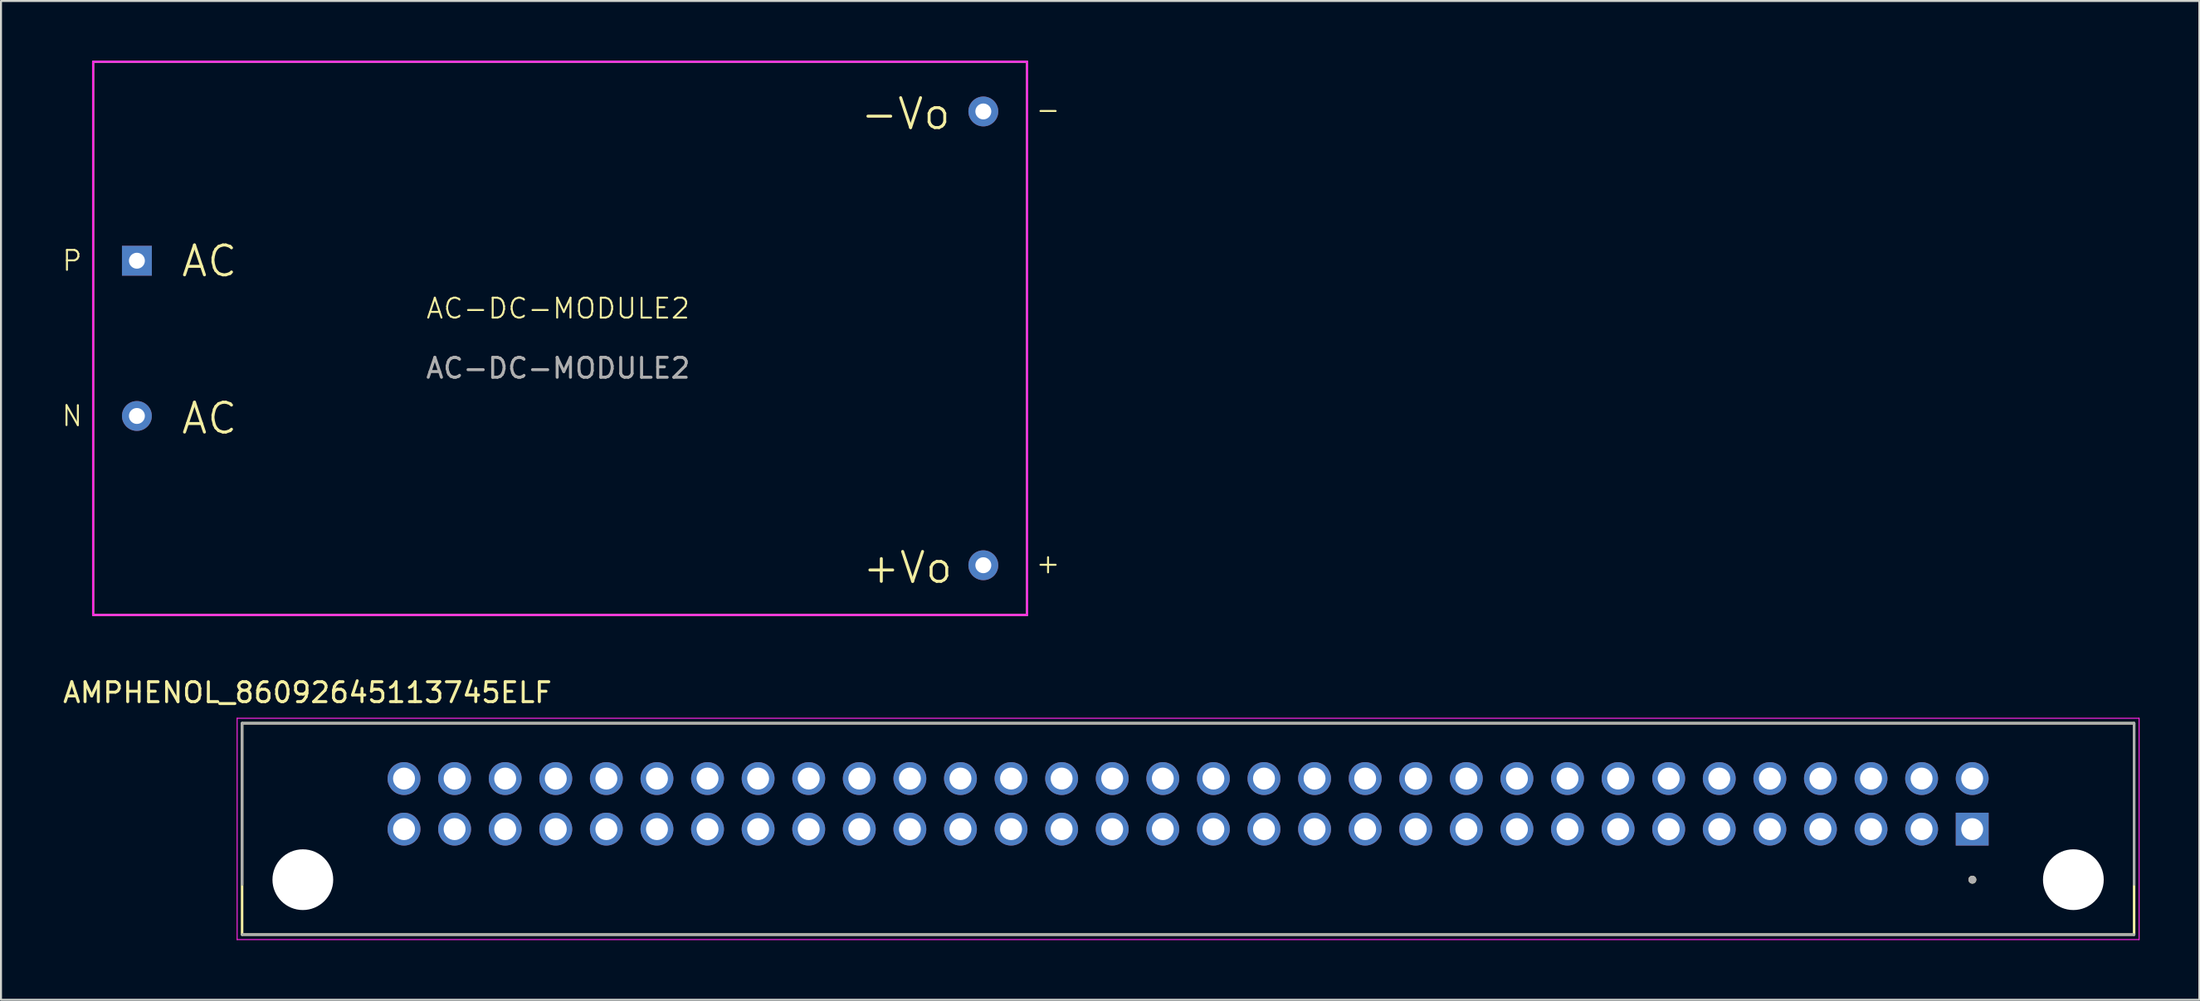
<source format=kicad_pcb>
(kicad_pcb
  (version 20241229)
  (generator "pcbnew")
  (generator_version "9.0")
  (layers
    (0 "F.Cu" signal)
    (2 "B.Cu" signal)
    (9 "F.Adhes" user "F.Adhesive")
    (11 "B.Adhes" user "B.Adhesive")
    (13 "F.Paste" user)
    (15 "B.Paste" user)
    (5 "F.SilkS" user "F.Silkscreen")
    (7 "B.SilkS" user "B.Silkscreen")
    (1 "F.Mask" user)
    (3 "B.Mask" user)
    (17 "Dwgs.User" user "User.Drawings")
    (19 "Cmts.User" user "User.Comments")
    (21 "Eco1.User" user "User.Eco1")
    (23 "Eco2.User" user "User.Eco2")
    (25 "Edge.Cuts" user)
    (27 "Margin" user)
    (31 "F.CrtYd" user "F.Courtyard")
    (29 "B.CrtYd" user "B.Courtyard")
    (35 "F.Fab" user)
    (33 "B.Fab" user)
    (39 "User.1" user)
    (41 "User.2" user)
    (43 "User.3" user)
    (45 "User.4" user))
  (footprint "AMPHENOL_86092645113745ELF"
    (layer "F.Cu")
    (at 56.606 37.339)
    (property "Reference" "AMPHENOL_86092645113745ELF" (at -44.219 -5.591 0) (layer "F.SilkS") (effects (font (size 1 1) (thickness 0.15))))
    (attr through_hole)
    (fp_line (start -47.5 -4.05) (end 47.5 -4.05) (stroke (width 0.127) (type solid)) (layer "F.SilkS"))
    (fp_line (start -47.5 6.57) (end -47.5 -4.05) (stroke (width 0.127) (type solid)) (layer "F.SilkS"))
    (fp_line (start 47.5 -4.05) (end 47.5 6.57) (stroke (width 0.127) (type solid)) (layer "F.SilkS"))
    (fp_line (start 47.5 6.57) (end -47.5 6.57) (stroke (width 0.127) (type solid)) (layer "F.SilkS"))
    (fp_circle (center 39.379 3.81) (end 39.479 3.81) (stroke (width 0.2) (type solid)) (fill no) (layer "F.SilkS"))
    (fp_line (start -47.75 -4.3) (end -47.75 6.82) (stroke (width 0.05) (type solid)) (layer "F.CrtYd"))
    (fp_line (start -47.75 6.82) (end 47.75 6.82) (stroke (width 0.05) (type solid)) (layer "F.CrtYd"))
    (fp_line (start 47.75 -4.3) (end -47.75 -4.3) (stroke (width 0.05) (type solid)) (layer "F.CrtYd"))
    (fp_line (start 47.75 6.82) (end 47.75 -4.3) (stroke (width 0.05) (type solid)) (layer "F.CrtYd"))
    (fp_line (start -47.5 -4.05) (end 47.5 -4.05) (stroke (width 0.127) (type solid)) (layer "F.Fab"))
    (fp_line (start -47.5 4.05) (end -47.5 -4.05) (stroke (width 0.127) (type solid)) (layer "F.Fab"))
    (fp_line (start 47.5 -4.05) (end 47.5 4.05) (stroke (width 0.127) (type solid)) (layer "F.Fab"))
    (fp_line (start 47.5 6.57) (end -47.5 6.57) (stroke (width 0.127) (type solid)) (layer "F.Fab"))
    (fp_circle (center 39.379 3.81) (end 39.479 3.81) (stroke (width 0.2) (type solid)) (fill no) (layer "F.Fab"))
    (pad "" np_thru_hole circle (at -44.45 3.81) (size 3.05 3.05) (drill 3.05) (layers "*.Cu" "*.Mask"))
    (pad "" np_thru_hole circle (at 44.45 3.81) (size 3.05 3.05) (drill 3.05) (layers "*.Cu" "*.Mask"))
    (pad "A1" thru_hole rect (at 39.37 1.27) (size 1.65 1.65) (drill 1.1) (layers "*.Cu" "*.Mask"))
    (pad "A2" thru_hole circle (at 36.83 1.27) (size 1.65 1.65) (drill 1.1) (layers "*.Cu" "*.Mask"))
    (pad "A3" thru_hole circle (at 34.29 1.27) (size 1.65 1.65) (drill 1.1) (layers "*.Cu" "*.Mask"))
    (pad "A4" thru_hole circle (at 31.75 1.27) (size 1.65 1.65) (drill 1.1) (layers "*.Cu" "*.Mask"))
    (pad "A5" thru_hole circle (at 29.21 1.27) (size 1.65 1.65) (drill 1.1) (layers "*.Cu" "*.Mask"))
    (pad "A6" thru_hole circle (at 26.67 1.27) (size 1.65 1.65) (drill 1.1) (layers "*.Cu" "*.Mask"))
    (pad "A7" thru_hole circle (at 24.13 1.27) (size 1.65 1.65) (drill 1.1) (layers "*.Cu" "*.Mask"))
    (pad "A8" thru_hole circle (at 21.59 1.27) (size 1.65 1.65) (drill 1.1) (layers "*.Cu" "*.Mask"))
    (pad "A9" thru_hole circle (at 19.05 1.27) (size 1.65 1.65) (drill 1.1) (layers "*.Cu" "*.Mask"))
    (pad "A10" thru_hole circle (at 16.51 1.27) (size 1.65 1.65) (drill 1.1) (layers "*.Cu" "*.Mask"))
    (pad "A11" thru_hole circle (at 13.97 1.27) (size 1.65 1.65) (drill 1.1) (layers "*.Cu" "*.Mask"))
    (pad "A12" thru_hole circle (at 11.43 1.27) (size 1.65 1.65) (drill 1.1) (layers "*.Cu" "*.Mask"))
    (pad "A13" thru_hole circle (at 8.89 1.27) (size 1.65 1.65) (drill 1.1) (layers "*.Cu" "*.Mask"))
    (pad "A14" thru_hole circle (at 6.35 1.27) (size 1.65 1.65) (drill 1.1) (layers "*.Cu" "*.Mask"))
    (pad "A15" thru_hole circle (at 3.81 1.27) (size 1.65 1.65) (drill 1.1) (layers "*.Cu" "*.Mask"))
    (pad "A16" thru_hole circle (at 1.27 1.27) (size 1.65 1.65) (drill 1.1) (layers "*.Cu" "*.Mask"))
    (pad "A17" thru_hole circle (at -1.27 1.27) (size 1.65 1.65) (drill 1.1) (layers "*.Cu" "*.Mask"))
    (pad "A18" thru_hole circle (at -3.81 1.27) (size 1.65 1.65) (drill 1.1) (layers "*.Cu" "*.Mask"))
    (pad "A19" thru_hole circle (at -6.35 1.27) (size 1.65 1.65) (drill 1.1) (layers "*.Cu" "*.Mask"))
    (pad "A20" thru_hole circle (at -8.89 1.27) (size 1.65 1.65) (drill 1.1) (layers "*.Cu" "*.Mask"))
    (pad "A21" thru_hole circle (at -11.43 1.27) (size 1.65 1.65) (drill 1.1) (layers "*.Cu" "*.Mask"))
    (pad "A22" thru_hole circle (at -13.97 1.27) (size 1.65 1.65) (drill 1.1) (layers "*.Cu" "*.Mask"))
    (pad "A23" thru_hole circle (at -16.51 1.27) (size 1.65 1.65) (drill 1.1) (layers "*.Cu" "*.Mask"))
    (pad "A24" thru_hole circle (at -19.05 1.27) (size 1.65 1.65) (drill 1.1) (layers "*.Cu" "*.Mask"))
    (pad "A25" thru_hole circle (at -21.59 1.27) (size 1.65 1.65) (drill 1.1) (layers "*.Cu" "*.Mask"))
    (pad "A26" thru_hole circle (at -24.13 1.27) (size 1.65 1.65) (drill 1.1) (layers "*.Cu" "*.Mask"))
    (pad "A27" thru_hole circle (at -26.67 1.27) (size 1.65 1.65) (drill 1.1) (layers "*.Cu" "*.Mask"))
    (pad "A28" thru_hole circle (at -29.21 1.27) (size 1.65 1.65) (drill 1.1) (layers "*.Cu" "*.Mask"))
    (pad "A29" thru_hole circle (at -31.75 1.27) (size 1.65 1.65) (drill 1.1) (layers "*.Cu" "*.Mask"))
    (pad "A30" thru_hole circle (at -34.29 1.27) (size 1.65 1.65) (drill 1.1) (layers "*.Cu" "*.Mask"))
    (pad "A31" thru_hole circle (at -36.83 1.27) (size 1.65 1.65) (drill 1.1) (layers "*.Cu" "*.Mask"))
    (pad "A32" thru_hole circle (at -39.37 1.27) (size 1.65 1.65) (drill 1.1) (layers "*.Cu" "*.Mask"))
    (pad "B1" thru_hole circle (at 39.37 -1.27) (size 1.65 1.65) (drill 1.1) (layers "*.Cu" "*.Mask"))
    (pad "B2" thru_hole circle (at 36.83 -1.27) (size 1.65 1.65) (drill 1.1) (layers "*.Cu" "*.Mask"))
    (pad "B3" thru_hole circle (at 34.29 -1.27) (size 1.65 1.65) (drill 1.1) (layers "*.Cu" "*.Mask"))
    (pad "B4" thru_hole circle (at 31.75 -1.27) (size 1.65 1.65) (drill 1.1) (layers "*.Cu" "*.Mask"))
    (pad "B5" thru_hole circle (at 29.21 -1.27) (size 1.65 1.65) (drill 1.1) (layers "*.Cu" "*.Mask"))
    (pad "B6" thru_hole circle (at 26.67 -1.27) (size 1.65 1.65) (drill 1.1) (layers "*.Cu" "*.Mask"))
    (pad "B7" thru_hole circle (at 24.13 -1.27) (size 1.65 1.65) (drill 1.1) (layers "*.Cu" "*.Mask"))
    (pad "B8" thru_hole circle (at 21.59 -1.27) (size 1.65 1.65) (drill 1.1) (layers "*.Cu" "*.Mask"))
    (pad "B9" thru_hole circle (at 19.05 -1.27) (size 1.65 1.65) (drill 1.1) (layers "*.Cu" "*.Mask"))
    (pad "B10" thru_hole circle (at 16.51 -1.27) (size 1.65 1.65) (drill 1.1) (layers "*.Cu" "*.Mask"))
    (pad "B11" thru_hole circle (at 13.97 -1.27) (size 1.65 1.65) (drill 1.1) (layers "*.Cu" "*.Mask"))
    (pad "B12" thru_hole circle (at 11.43 -1.27) (size 1.65 1.65) (drill 1.1) (layers "*.Cu" "*.Mask"))
    (pad "B13" thru_hole circle (at 8.89 -1.27) (size 1.65 1.65) (drill 1.1) (layers "*.Cu" "*.Mask"))
    (pad "B14" thru_hole circle (at 6.35 -1.27) (size 1.65 1.65) (drill 1.1) (layers "*.Cu" "*.Mask"))
    (pad "B15" thru_hole circle (at 3.81 -1.27) (size 1.65 1.65) (drill 1.1) (layers "*.Cu" "*.Mask"))
    (pad "B16" thru_hole circle (at 1.27 -1.27) (size 1.65 1.65) (drill 1.1) (layers "*.Cu" "*.Mask"))
    (pad "B17" thru_hole circle (at -1.27 -1.27) (size 1.65 1.65) (drill 1.1) (layers "*.Cu" "*.Mask"))
    (pad "B18" thru_hole circle (at -3.81 -1.27) (size 1.65 1.65) (drill 1.1) (layers "*.Cu" "*.Mask"))
    (pad "B19" thru_hole circle (at -6.35 -1.27) (size 1.65 1.65) (drill 1.1) (layers "*.Cu" "*.Mask"))
    (pad "B20" thru_hole circle (at -8.89 -1.27) (size 1.65 1.65) (drill 1.1) (layers "*.Cu" "*.Mask"))
    (pad "B21" thru_hole circle (at -11.43 -1.27) (size 1.65 1.65) (drill 1.1) (layers "*.Cu" "*.Mask"))
    (pad "B22" thru_hole circle (at -13.97 -1.27) (size 1.65 1.65) (drill 1.1) (layers "*.Cu" "*.Mask"))
    (pad "B23" thru_hole circle (at -16.51 -1.27) (size 1.65 1.65) (drill 1.1) (layers "*.Cu" "*.Mask"))
    (pad "B24" thru_hole circle (at -19.05 -1.27) (size 1.65 1.65) (drill 1.1) (layers "*.Cu" "*.Mask"))
    (pad "B25" thru_hole circle (at -21.59 -1.27) (size 1.65 1.65) (drill 1.1) (layers "*.Cu" "*.Mask"))
    (pad "B26" thru_hole circle (at -24.13 -1.27) (size 1.65 1.65) (drill 1.1) (layers "*.Cu" "*.Mask"))
    (pad "B27" thru_hole circle (at -26.67 -1.27) (size 1.65 1.65) (drill 1.1) (layers "*.Cu" "*.Mask"))
    (pad "B28" thru_hole circle (at -29.21 -1.27) (size 1.65 1.65) (drill 1.1) (layers "*.Cu" "*.Mask"))
    (pad "B29" thru_hole circle (at -31.75 -1.27) (size 1.65 1.65) (drill 1.1) (layers "*.Cu" "*.Mask"))
    (pad "B30" thru_hole circle (at -34.29 -1.27) (size 1.65 1.65) (drill 1.1) (layers "*.Cu" "*.Mask"))
    (pad "B31" thru_hole circle (at -36.83 -1.27) (size 1.65 1.65) (drill 1.1) (layers "*.Cu" "*.Mask"))
    (pad "B32" thru_hole circle (at -39.37 -1.27) (size 1.65 1.65) (drill 1.1) (layers "*.Cu" "*.Mask")))
  (footprint "AC-DC-MODULE2"
    (layer "F.Cu")
    (at 25.074 13.95)
    (property "Reference" "AC-DC-MODULE2" (at -0.1 -1.5 0) (unlocked yes) (layer "F.SilkS") (effects (font (size 1 1) (thickness 0.1))))
    (attr through_hole)
    (fp_rect (start -23.45 -13.9) (end 23.45 13.9) (stroke (width 0.1) (type default)) (fill no) (layer "F.SilkS"))
    (fp_rect (start -23.45 -13.9) (end 23.45 13.9) (stroke (width 0.1) (type default)) (fill no) (layer "F.CrtYd"))
    (fp_rect (start -23.45 -13.9) (end 23.45 13.9) (stroke (width 0.1) (type default)) (fill no) (layer "F.Fab"))
    (fp_text user "N" (at -24.5 3.9 0) (unlocked yes) (layer "F.SilkS") (effects (font (size 1 1) (thickness 0.1))))
    (fp_text user "-" (at 24.5 -11.5 0) (unlocked yes) (layer "F.SilkS") (effects (font (size 1 1) (thickness 0.1))))
    (fp_text user "+" (at 24.5 11.3 0) (unlocked yes) (layer "F.SilkS") (effects (font (size 1 1) (thickness 0.1))))
    (fp_text user "-Vo" (at 15 -10.4 0) (unlocked yes) (layer "F.SilkS") (effects (font (size 1.5 1.5) (thickness 0.15)) (justify left bottom)))
    (fp_text user "+Vo" (at 15.1 12.4 0) (unlocked yes) (layer "F.SilkS") (effects (font (size 1.5 1.5) (thickness 0.15)) (justify left bottom)))
    (fp_text user "P" (at -24.5 -3.9 0) (unlocked yes) (layer "F.SilkS") (effects (font (size 1 1) (thickness 0.1))))
    (fp_text user "AC" (at -19.1 4.9 0) (unlocked yes) (layer "F.SilkS") (effects (font (size 1.5 1.5) (thickness 0.15)) (justify left bottom)))
    (fp_text user "AC" (at -19.1 -3 0) (unlocked yes) (layer "F.SilkS") (effects (font (size 1.5 1.5) (thickness 0.15)) (justify left bottom)))
    (fp_text user "${REFERENCE}" (at -0.1 1.5 0) (unlocked yes) (layer "F.Fab") (effects (font (size 1 1) (thickness 0.15))))
    (pad "1" thru_hole rect (at -21.25 -3.9) (size 1.5 1.5) (drill 0.8) (layers "*.Cu" "*.Mask"))
    (pad "2" thru_hole circle (at -21.25 3.9) (size 1.5 1.5) (drill 0.8) (layers "*.Cu" "*.Mask"))
    (pad "3" thru_hole circle (at 21.25 11.4) (size 1.5 1.5) (drill 0.8) (layers "*.Cu" "*.Mask"))
    (pad "4" thru_hole circle (at 21.25 -11.4) (size 1.5 1.5) (drill 0.8) (layers "*.Cu" "*.Mask")))
  (gr_rect
    (start -3 -3)
    (end 107.381 47.184)
    (stroke (width 0.1) (type default))
    (fill no)
    (layer "Edge.Cuts")))
</source>
